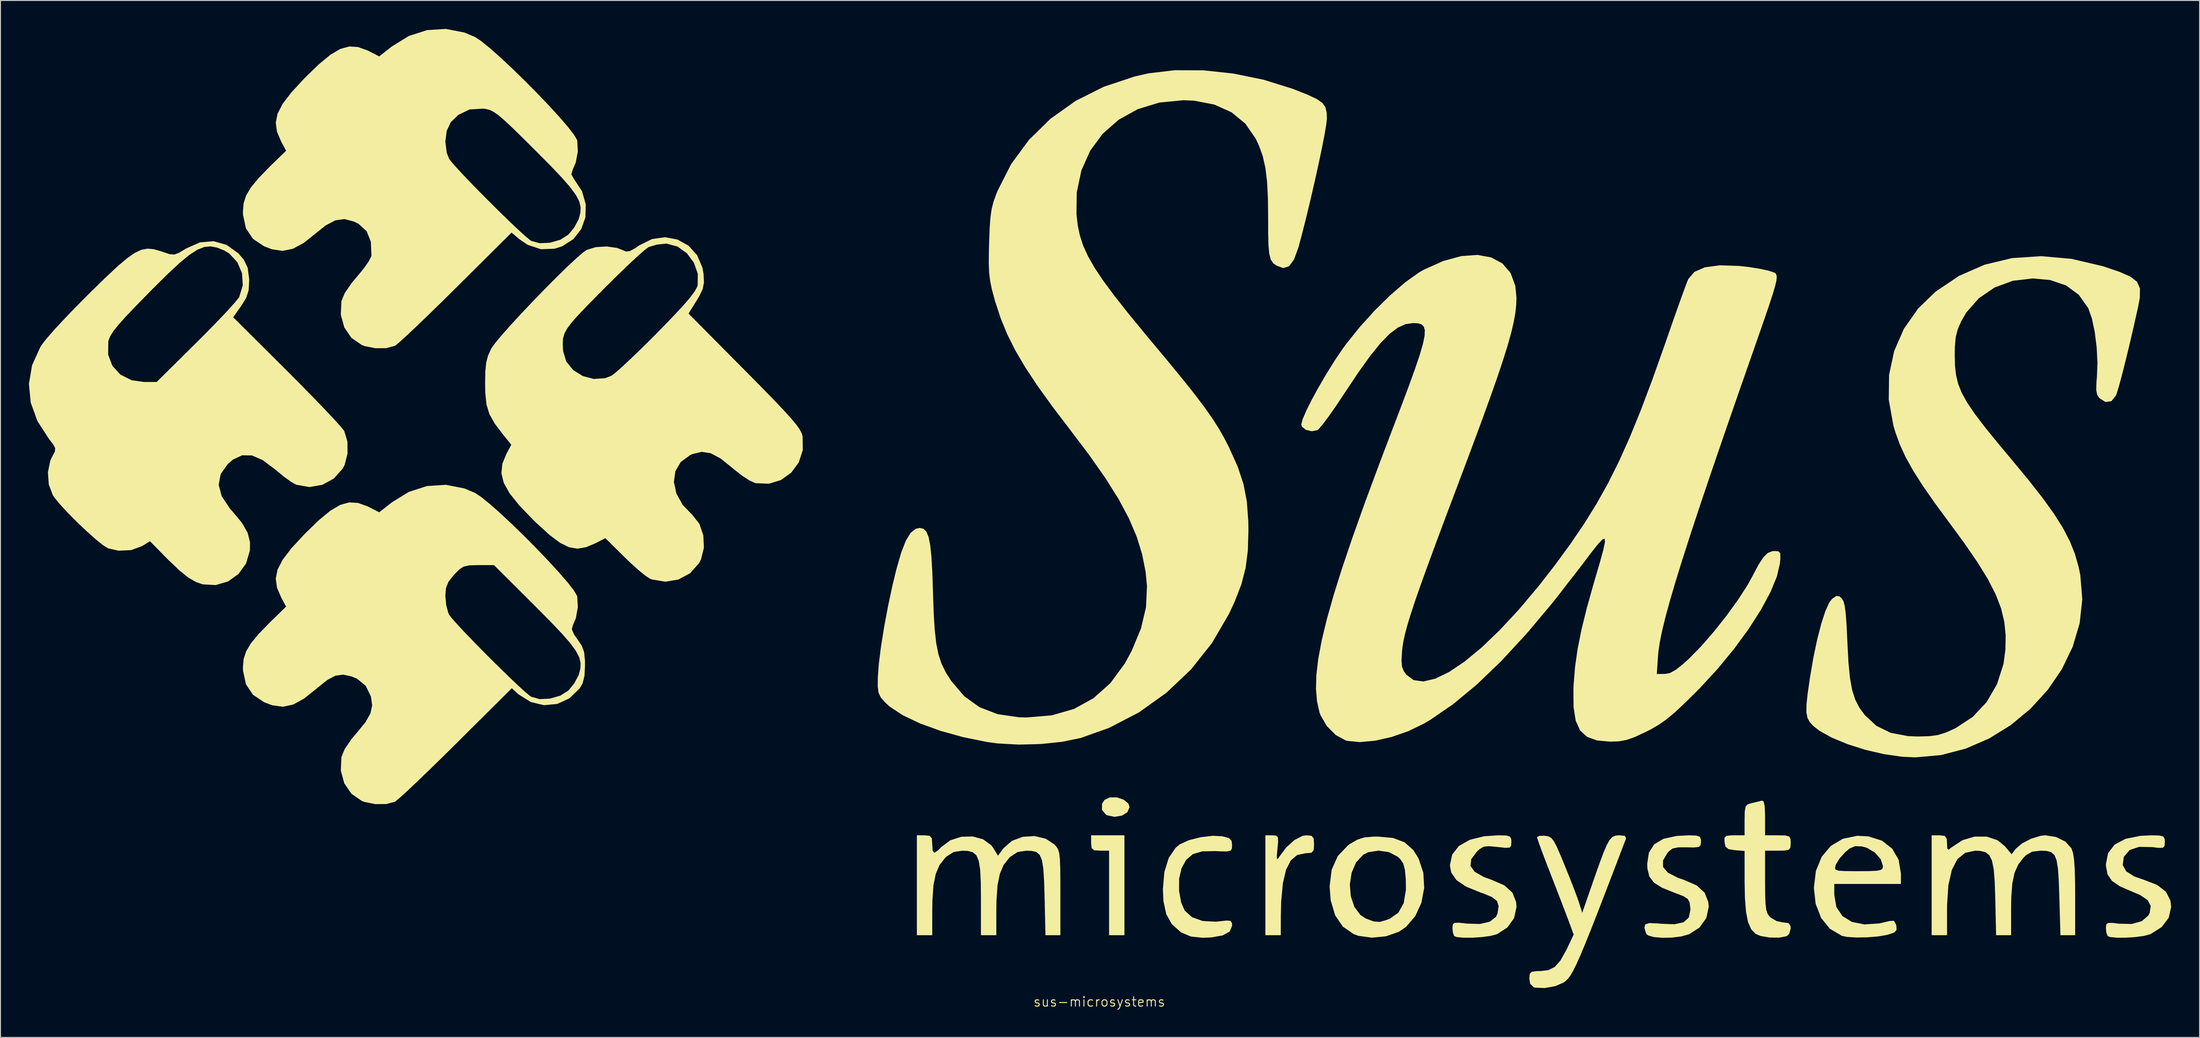
<source format=kicad_pcb>
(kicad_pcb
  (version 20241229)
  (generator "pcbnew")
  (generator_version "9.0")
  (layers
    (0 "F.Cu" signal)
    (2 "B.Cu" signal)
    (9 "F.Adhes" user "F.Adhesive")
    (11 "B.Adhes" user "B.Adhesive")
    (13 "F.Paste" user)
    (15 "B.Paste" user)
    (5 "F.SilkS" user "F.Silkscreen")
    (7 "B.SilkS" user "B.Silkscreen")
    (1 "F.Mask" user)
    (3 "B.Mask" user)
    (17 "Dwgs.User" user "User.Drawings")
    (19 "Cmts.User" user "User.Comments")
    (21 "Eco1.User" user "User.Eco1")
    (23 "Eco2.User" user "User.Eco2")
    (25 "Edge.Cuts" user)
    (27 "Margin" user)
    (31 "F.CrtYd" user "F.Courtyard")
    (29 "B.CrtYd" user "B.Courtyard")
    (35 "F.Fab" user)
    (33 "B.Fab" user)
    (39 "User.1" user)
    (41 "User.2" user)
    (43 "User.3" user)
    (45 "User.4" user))
  (footprint "sus-microsystems"
    (layer "F.Cu")
    (at 112.867 103.137)
    (property "Reference" "sus-microsystems" (at 0 -0.5 0) (unlocked yes) (layer "F.SilkS") (effects (font (size 1 1) (thickness 0.1))))
    (attr smd)
    (fp_poly (pts (xy 1.86 -22.059) (xy 2.572 -21.82) (xy 3.069 -21.403) (xy 3.189 -21.034) (xy 2.955 -20.494) (xy 2.369 -20.134) (xy 1.603 -20.009) (xy 0.83 -20.173) (xy 0.69 -20.245) (xy 0.28 -20.747) (xy 0.287 -21.39) (xy 0.541 -21.791) (xy 1.12 -22.067)) (stroke (width 0) (type solid)) (fill yes) (layer "F.SilkS"))
    (fp_poly (pts (xy 2.649 -12.793) (xy 2.649 -7.523) (xy 1.838 -7.523) (xy 1.028 -7.523) (xy 1.028 -11.982) (xy 1.028 -16.44) (xy 0.082 -16.44) (xy -0.553 -16.486) (xy -0.814 -16.715) (xy -0.864 -17.251) (xy -0.864 -18.062) (xy 0.893 -18.062) (xy 2.649 -18.062)) (stroke (width 0) (type solid)) (fill yes) (layer "F.SilkS"))
    (fp_poly (pts (xy 18.635 -18.034) (xy 18.827 -17.861) (xy 18.855 -17.408) (xy 18.783 -16.643) (xy 18.713 -15.86) (xy 18.738 -15.546) (xy 18.87 -15.636) (xy 18.948 -15.758) (xy 19.71 -16.783) (xy 20.581 -17.566) (xy 21.435 -18.004) (xy 21.807 -18.062) (xy 22.369 -18.012) (xy 22.6 -17.752) (xy 22.645 -17.117) (xy 22.645 -17.116) (xy 22.602 -16.482) (xy 22.369 -16.222) (xy 21.788 -16.17) (xy 21.746 -16.17) (xy 20.874 -15.986) (xy 20.193 -15.416) (xy 19.69 -14.429) (xy 19.355 -12.998) (xy 19.176 -11.093) (xy 19.137 -9.482) (xy 19.132 -7.523) (xy 18.321 -7.523) (xy 17.511 -7.523) (xy 17.511 -12.793) (xy 17.511 -18.062) (xy 18.224 -18.062)) (stroke (width 0) (type solid)) (fill yes) (layer "F.SilkS"))
    (fp_poly (pts (xy 12.987 -17.957) (xy 13.659 -17.775) (xy 13.945 -17.481) (xy 13.998 -17.036) (xy 13.978 -16.646) (xy 13.834 -16.435) (xy 13.446 -16.359) (xy 12.691 -16.373) (xy 12.231 -16.396) (xy 10.849 -16.367) (xy 9.86 -16.076) (xy 9.157 -15.47) (xy 8.675 -14.597) (xy 8.417 -13.496) (xy 8.408 -12.208) (xy 8.63 -10.973) (xy 8.999 -10.128) (xy 9.767 -9.426) (xy 10.898 -9.021) (xy 12.285 -8.948) (xy 12.677 -8.988) (xy 13.462 -9.075) (xy 13.852 -9.029) (xy 13.985 -8.799) (xy 13.998 -8.505) (xy 13.746 -7.908) (xy 13.002 -7.5) (xy 11.782 -7.286) (xy 10.89 -7.253) (xy 9.653 -7.38) (xy 8.665 -7.802) (xy 8.566 -7.867) (xy 7.652 -8.679) (xy 7.065 -9.724) (xy 6.764 -11.097) (xy 6.703 -12.369) (xy 6.859 -14.19) (xy 7.317 -15.671) (xy 8.053 -16.755) (xy 8.49 -17.112) (xy 9.447 -17.547) (xy 10.692 -17.862) (xy 11.973 -18.01)) (stroke (width 0) (type solid)) (fill yes) (layer "F.SilkS"))
    (fp_poly (pts (xy 30.979 -17.782) (xy 32.197 -17.318) (xy 33.121 -16.489) (xy 33.656 -15.634) (xy 34.165 -14.116) (xy 34.257 -12.516) (xy 33.965 -10.951) (xy 33.319 -9.542) (xy 32.351 -8.406) (xy 31.583 -7.881) (xy 30.236 -7.408) (xy 28.738 -7.263) (xy 27.323 -7.457) (xy 26.833 -7.632) (xy 25.681 -8.425) (xy 24.864 -9.626) (xy 24.397 -11.209) (xy 24.284 -12.657) (xy 24.31 -12.873) (xy 26.417 -12.873) (xy 26.516 -11.631) (xy 26.892 -10.511) (xy 27.541 -9.645) (xy 28.106 -9.282) (xy 28.925 -8.974) (xy 29.556 -8.922) (xy 30.279 -9.127) (xy 30.634 -9.27) (xy 31.532 -9.899) (xy 32.095 -10.907) (xy 32.331 -12.318) (xy 32.317 -13.427) (xy 32.22 -14.437) (xy 32.046 -15.086) (xy 31.729 -15.551) (xy 31.464 -15.801) (xy 30.55 -16.282) (xy 29.439 -16.446) (xy 28.364 -16.281) (xy 27.837 -16.019) (xy 27.072 -15.199) (xy 26.601 -14.106) (xy 26.417 -12.873) (xy 24.31 -12.873) (xy 24.496 -14.42) (xy 25.142 -15.871) (xy 26.217 -16.999) (xy 26.454 -17.166) (xy 27.217 -17.606) (xy 27.952 -17.838) (xy 28.895 -17.921) (xy 29.38 -17.927)) (stroke (width 0) (type solid)) (fill yes) (layer "F.SilkS"))
    (fp_poly (pts (xy 111.763 -18.043) (xy 112.184 -17.943) (xy 112.336 -17.693) (xy 112.355 -17.351) (xy 112.326 -16.933) (xy 112.144 -16.747) (xy 111.672 -16.739) (xy 111.035 -16.816) (xy 109.65 -16.846) (xy 108.656 -16.518) (xy 108.063 -15.836) (xy 108.02 -15.733) (xy 107.913 -14.922) (xy 108.283 -14.256) (xy 109.151 -13.712) (xy 110.127 -13.373) (xy 111.543 -12.828) (xy 112.47 -12.108) (xy 112.941 -11.182) (xy 113.019 -10.496) (xy 112.762 -9.359) (xy 112.027 -8.387) (xy 110.87 -7.649) (xy 110.81 -7.624) (xy 110.16 -7.45) (xy 109.245 -7.326) (xy 108.233 -7.26) (xy 107.293 -7.258) (xy 106.591 -7.328) (xy 106.321 -7.433) (xy 106.18 -7.818) (xy 106.14 -8.269) (xy 106.173 -8.65) (xy 106.363 -8.818) (xy 106.845 -8.82) (xy 107.505 -8.738) (xy 108.855 -8.707) (xy 109.916 -9.001) (xy 110.61 -9.593) (xy 110.757 -9.88) (xy 110.866 -10.606) (xy 110.552 -11.211) (xy 109.773 -11.748) (xy 108.911 -12.117) (xy 107.613 -12.678) (xy 106.772 -13.259) (xy 106.309 -13.942) (xy 106.145 -14.812) (xy 106.14 -15.014) (xy 106.371 -16.187) (xy 107.06 -17.08) (xy 108.202 -17.688) (xy 109.791 -18.008) (xy 110.937 -18.06)) (stroke (width 0) (type solid)) (fill yes) (layer "F.SilkS"))
    (fp_poly (pts (xy 62.94 -18.036) (xy 63.318 -17.912) (xy 63.439 -17.617) (xy 63.447 -17.402) (xy 63.41 -17.028) (xy 63.213 -16.837) (xy 62.723 -16.779) (xy 61.938 -16.794) (xy 61.018 -16.791) (xy 60.449 -16.666) (xy 60.048 -16.367) (xy 59.911 -16.208) (xy 59.437 -15.401) (xy 59.445 -14.714) (xy 59.952 -14.121) (xy 60.974 -13.594) (xy 61.665 -13.353) (xy 62.989 -12.774) (xy 63.829 -12.006) (xy 64.219 -11.009) (xy 64.257 -10.496) (xy 64.002 -9.33) (xy 63.292 -8.337) (xy 62.206 -7.631) (xy 62.194 -7.626) (xy 61.372 -7.394) (xy 60.373 -7.269) (xy 59.349 -7.248) (xy 58.455 -7.329) (xy 57.841 -7.512) (xy 57.666 -7.681) (xy 57.478 -8.308) (xy 57.564 -8.665) (xy 58.002 -8.801) (xy 58.868 -8.768) (xy 59.258 -8.729) (xy 60.656 -8.678) (xy 61.608 -8.888) (xy 62.152 -9.38) (xy 62.325 -10.176) (xy 62.314 -10.444) (xy 62.236 -11.002) (xy 62.034 -11.363) (xy 61.584 -11.644) (xy 60.759 -11.962) (xy 60.633 -12.007) (xy 59.332 -12.533) (xy 58.481 -13.071) (xy 57.997 -13.711) (xy 57.794 -14.543) (xy 57.772 -15.069) (xy 57.954 -16.247) (xy 58.516 -17.116) (xy 59.487 -17.693) (xy 60.896 -17.998) (xy 62.163 -18.06)) (stroke (width 0) (type solid)) (fill yes) (layer "F.SilkS"))
    (fp_poly (pts (xy 70.053 -21.622) (xy 70.161 -21.127) (xy 70.201 -20.174) (xy 70.202 -19.945) (xy 70.202 -18.062) (xy 71.553 -18.062) (xy 72.353 -18.044) (xy 72.752 -17.935) (xy 72.889 -17.651) (xy 72.904 -17.251) (xy 72.875 -16.771) (xy 72.693 -16.532) (xy 72.22 -16.45) (xy 71.553 -16.44) (xy 70.202 -16.44) (xy 70.202 -13.198) (xy 70.211 -11.797) (xy 70.249 -10.83) (xy 70.329 -10.192) (xy 70.469 -9.776) (xy 70.682 -9.478) (xy 70.743 -9.415) (xy 71.424 -9.008) (xy 72.094 -8.874) (xy 72.675 -8.8) (xy 72.887 -8.491) (xy 72.904 -8.228) (xy 72.745 -7.664) (xy 72.477 -7.417) (xy 71.67 -7.265) (xy 70.674 -7.278) (xy 69.741 -7.436) (xy 69.192 -7.666) (xy 68.736 -8.146) (xy 68.408 -8.896) (xy 68.192 -9.985) (xy 68.074 -11.48) (xy 68.042 -13.249) (xy 68.04 -16.408) (xy 67.027 -16.492) (xy 66.345 -16.603) (xy 66.032 -16.869) (xy 65.928 -17.319) (xy 65.916 -17.792) (xy 66.118 -18.004) (xy 66.677 -18.06) (xy 66.942 -18.062) (xy 68.04 -18.062) (xy 68.04 -19.678) (xy 68.056 -20.58) (xy 68.144 -21.082) (xy 68.361 -21.326) (xy 68.767 -21.453) (xy 68.784 -21.457) (xy 69.456 -21.614) (xy 69.864 -21.724)) (stroke (width 0) (type solid)) (fill yes) (layer "F.SilkS"))
    (fp_poly (pts (xy 42.891 -18.041) (xy 43.296 -17.933) (xy 43.436 -17.666) (xy 43.451 -17.355) (xy 43.426 -16.955) (xy 43.263 -16.765) (xy 42.83 -16.739) (xy 41.997 -16.83) (xy 41.971 -16.833) (xy 41.084 -16.917) (xy 40.526 -16.856) (xy 40.097 -16.605) (xy 39.81 -16.336) (xy 39.217 -15.539) (xy 39.138 -14.836) (xy 39.58 -14.214) (xy 40.55 -13.661) (xy 41.399 -13.353) (xy 42.723 -12.774) (xy 43.563 -12.006) (xy 43.953 -11.009) (xy 43.991 -10.496) (xy 43.737 -9.33) (xy 43.026 -8.337) (xy 41.94 -7.631) (xy 41.928 -7.626) (xy 41.268 -7.451) (xy 40.347 -7.326) (xy 39.332 -7.26) (xy 38.389 -7.258) (xy 37.686 -7.328) (xy 37.416 -7.433) (xy 37.277 -7.818) (xy 37.236 -8.275) (xy 37.265 -8.646) (xy 37.437 -8.822) (xy 37.882 -8.843) (xy 38.732 -8.75) (xy 38.747 -8.748) (xy 40.137 -8.706) (xy 41.184 -8.954) (xy 41.833 -9.473) (xy 41.992 -9.833) (xy 42.104 -10.589) (xy 41.934 -11.129) (xy 41.405 -11.549) (xy 40.437 -11.946) (xy 40.209 -12.023) (xy 38.685 -12.641) (xy 37.663 -13.333) (xy 37.105 -14.134) (xy 36.966 -14.902) (xy 37.21 -16.033) (xy 37.918 -16.935) (xy 39.059 -17.586) (xy 40.598 -17.966) (xy 42.085 -18.062)) (stroke (width 0) (type solid)) (fill yes) (layer "F.SilkS"))
    (fp_poly (pts (xy 81.1 -17.948) (xy 82.524 -17.497) (xy 83.601 -16.656) (xy 84.284 -15.48) (xy 84.523 -14.026) (xy 84.523 -14.022) (xy 84.523 -12.928) (xy 81.011 -12.928) (xy 77.498 -12.928) (xy 77.498 -11.772) (xy 77.718 -10.503) (xy 78.348 -9.548) (xy 79.345 -8.927) (xy 80.666 -8.661) (xy 82.266 -8.769) (xy 83.339 -9.022) (xy 83.792 -9.04) (xy 84.01 -8.656) (xy 84.041 -8.513) (xy 84.063 -8.077) (xy 83.832 -7.811) (xy 83.223 -7.6) (xy 83.011 -7.545) (xy 82.094 -7.389) (xy 80.965 -7.3) (xy 79.818 -7.282) (xy 78.848 -7.339) (xy 78.309 -7.448) (xy 77.042 -8.198) (xy 76.106 -9.346) (xy 75.532 -10.839) (xy 75.348 -12.522) (xy 75.562 -14.313) (xy 75.683 -14.606) (xy 77.576 -14.606) (xy 77.653 -14.428) (xy 77.961 -14.331) (xy 78.595 -14.289) (xy 79.647 -14.279) (xy 80.047 -14.279) (xy 81.246 -14.287) (xy 82.005 -14.326) (xy 82.422 -14.416) (xy 82.598 -14.577) (xy 82.632 -14.804) (xy 82.392 -15.545) (xy 81.778 -16.24) (xy 80.943 -16.743) (xy 80.44 -16.884) (xy 79.711 -16.92) (xy 79.134 -16.682) (xy 78.637 -16.267) (xy 78.064 -15.627) (xy 77.681 -15.008) (xy 77.636 -14.887) (xy 77.576 -14.606) (xy 75.683 -14.606) (xy 76.173 -15.801) (xy 77.133 -16.943) (xy 78.396 -17.694) (xy 79.912 -18.01)) (stroke (width 0) (type solid)) (fill yes) (layer "F.SilkS"))
    (fp_poly (pts (xy 55.4 -18.007) (xy 55.543 -17.79) (xy 55.488 -17.589) (xy 54.316 -14.518) (xy 53.317 -11.913) (xy 52.473 -9.732) (xy 51.767 -7.935) (xy 51.182 -6.483) (xy 50.699 -5.333) (xy 50.301 -4.447) (xy 49.971 -3.782) (xy 49.691 -3.3) (xy 49.443 -2.959) (xy 49.211 -2.719) (xy 48.975 -2.54) (xy 48.946 -2.52) (xy 48.05 -2.141) (xy 46.953 -1.948) (xy 45.957 -1.988) (xy 45.815 -2.022) (xy 45.429 -2.399) (xy 45.343 -2.95) (xy 45.382 -3.443) (xy 45.6 -3.672) (xy 46.145 -3.737) (xy 46.511 -3.74) (xy 47.36 -3.837) (xy 48.034 -4.184) (xy 48.631 -4.865) (xy 49.247 -5.966) (xy 49.396 -6.275) (xy 50.019 -7.594) (xy 49.456 -9.112) (xy 49.142 -9.946) (xy 48.688 -11.133) (xy 48.152 -12.521) (xy 47.592 -13.961) (xy 47.524 -14.135) (xy 47.027 -15.421) (xy 46.611 -16.529) (xy 46.31 -17.36) (xy 46.163 -17.818) (xy 46.153 -17.868) (xy 46.386 -18.002) (xy 46.952 -18.015) (xy 46.991 -18.011) (xy 47.359 -17.947) (xy 47.656 -17.78) (xy 47.938 -17.426) (xy 48.265 -16.796) (xy 48.695 -15.805) (xy 49.045 -14.954) (xy 49.562 -13.67) (xy 50.033 -12.464) (xy 50.401 -11.482) (xy 50.591 -10.935) (xy 50.921 -9.889) (xy 52.083 -13.232) (xy 52.675 -14.917) (xy 53.134 -16.158) (xy 53.499 -17.021) (xy 53.809 -17.576) (xy 54.103 -17.889) (xy 54.418 -18.028) (xy 54.794 -18.062) (xy 54.836 -18.062)) (stroke (width 0) (type solid)) (fill yes) (layer "F.SilkS"))
    (fp_poly (pts (xy 89.141 -18) (xy 89.357 -17.701) (xy 89.387 -17.209) (xy 89.413 -16.647) (xy 89.552 -16.545) (xy 89.87 -16.794) (xy 91.019 -17.548) (xy 92.298 -17.926) (xy 93.574 -17.924) (xy 94.717 -17.54) (xy 95.482 -16.913) (xy 96.196 -16.065) (xy 96.642 -16.648) (xy 97.303 -17.212) (xy 98.258 -17.704) (xy 99.262 -18.012) (xy 99.741 -18.062) (xy 100.895 -17.879) (xy 101.876 -17.39) (xy 102.501 -16.695) (xy 102.667 -16.219) (xy 102.783 -15.487) (xy 102.856 -14.42) (xy 102.892 -12.943) (xy 102.898 -11.725) (xy 102.898 -7.523) (xy 102.121 -7.523) (xy 101.343 -7.523) (xy 101.229 -11.551) (xy 101.169 -13.288) (xy 101.081 -14.557) (xy 100.938 -15.431) (xy 100.709 -15.984) (xy 100.365 -16.287) (xy 99.877 -16.415) (xy 99.267 -16.44) (xy 98.37 -16.338) (xy 97.709 -15.956) (xy 97.446 -15.697) (xy 96.887 -14.963) (xy 96.505 -14.098) (xy 96.272 -12.994) (xy 96.161 -11.539) (xy 96.143 -10.32) (xy 96.143 -7.523) (xy 95.352 -7.523) (xy 94.561 -7.523) (xy 94.474 -11.414) (xy 94.414 -13.189) (xy 94.308 -14.494) (xy 94.125 -15.399) (xy 93.836 -15.976) (xy 93.412 -16.294) (xy 92.823 -16.424) (xy 92.365 -16.44) (xy 91.305 -16.218) (xy 90.483 -15.545) (xy 89.893 -14.411) (xy 89.53 -12.804) (xy 89.39 -10.713) (xy 89.387 -10.369) (xy 89.387 -7.523) (xy 88.577 -7.523) (xy 87.766 -7.523) (xy 87.766 -12.793) (xy 87.766 -18.062) (xy 88.577 -18.062)) (stroke (width 0) (type solid)) (fill yes) (layer "F.SilkS"))
    (fp_poly (pts (xy -17.883 -18.009) (xy -17.66 -17.742) (xy -17.617 -17.116) (xy -17.571 -16.422) (xy -17.387 -16.22) (xy -16.995 -16.488) (xy -16.666 -16.825) (xy -15.705 -17.537) (xy -14.555 -17.908) (xy -13.357 -17.94) (xy -12.254 -17.638) (xy -11.388 -17.004) (xy -11.166 -16.701) (xy -10.685 -15.911) (xy -10.098 -16.705) (xy -9.222 -17.471) (xy -8.08 -17.901) (xy -6.834 -17.983) (xy -5.651 -17.704) (xy -4.752 -17.11) (xy -4.514 -16.852) (xy -4.343 -16.568) (xy -4.228 -16.171) (xy -4.158 -15.573) (xy -4.122 -14.685) (xy -4.108 -13.42) (xy -4.106 -11.994) (xy -4.106 -7.523) (xy -4.892 -7.523) (xy -5.678 -7.523) (xy -5.77 -11.536) (xy -5.823 -13.277) (xy -5.906 -14.55) (xy -6.048 -15.428) (xy -6.277 -15.983) (xy -6.622 -16.289) (xy -7.11 -16.417) (xy -7.673 -16.44) (xy -8.61 -16.302) (xy -9.374 -15.803) (xy -9.506 -15.676) (xy -10.087 -14.934) (xy -10.488 -14.001) (xy -10.733 -12.781) (xy -10.846 -11.175) (xy -10.86 -10.158) (xy -10.862 -7.523) (xy -11.672 -7.523) (xy -12.483 -7.523) (xy -12.483 -11.381) (xy -12.5 -13.159) (xy -12.568 -14.467) (xy -12.716 -15.377) (xy -12.968 -15.958) (xy -13.353 -16.282) (xy -13.897 -16.418) (xy -14.411 -16.44) (xy -15.348 -16.309) (xy -16.103 -15.828) (xy -16.261 -15.676) (xy -16.842 -14.934) (xy -17.244 -14.001) (xy -17.489 -12.781) (xy -17.601 -11.175) (xy -17.616 -10.158) (xy -17.617 -7.523) (xy -18.428 -7.523) (xy -19.238 -7.523) (xy -19.238 -12.793) (xy -19.238 -18.062) (xy -18.428 -18.062)) (stroke (width 0) (type solid)) (fill yes) (layer "F.SilkS"))
    (fp_poly (pts (xy -92.019 -80.351) (xy -90.783 -79.458) (xy -90.208 -78.791) (xy -89.802 -77.948) (xy -89.647 -76.784) (xy -89.643 -76.585) (xy -89.699 -75.565) (xy -89.954 -74.765) (xy -90.477 -73.918) (xy -91.325 -72.715) (xy -85.662 -67.073) (xy -84.206 -65.61) (xy -82.862 -64.239) (xy -81.683 -63.014) (xy -80.72 -61.989) (xy -80.025 -61.22) (xy -79.65 -60.761) (xy -79.613 -60.701) (xy -79.282 -59.597) (xy -79.274 -58.321) (xy -79.58 -57.127) (xy -79.764 -56.767) (xy -80.703 -55.71) (xy -81.923 -55.04) (xy -83.291 -54.803) (xy -84.674 -55.047) (xy -84.706 -55.058) (xy -85.227 -55.356) (xy -85.988 -55.906) (xy -86.829 -56.594) (xy -86.893 -56.65) (xy -88.204 -57.638) (xy -89.351 -58.138) (xy -90.385 -58.155) (xy -91.358 -57.695) (xy -91.905 -57.222) (xy -92.649 -56.171) (xy -92.86 -55.041) (xy -92.536 -53.831) (xy -91.678 -52.542) (xy -91.42 -52.25) (xy -90.408 -51.032) (xy -89.803 -49.976) (xy -89.553 -48.961) (xy -89.569 -48.115) (xy -89.968 -46.745) (xy -90.767 -45.632) (xy -91.867 -44.847) (xy -93.169 -44.461) (xy -94.529 -44.536) (xy -95.28 -44.794) (xy -96.069 -45.258) (xy -96.984 -45.994) (xy -98.117 -47.07) (xy -98.513 -47.469) (xy -100.101 -49.086) (xy -100.945 -48.572) (xy -102.088 -48.151) (xy -103.41 -48.088) (xy -104.516 -48.335) (xy -105.035 -48.655) (xy -105.815 -49.283) (xy -106.759 -50.123) (xy -107.767 -51.08) (xy -108.74 -52.058) (xy -109.579 -52.964) (xy -110.185 -53.702) (xy -110.342 -53.932) (xy -110.773 -55.069) (xy -110.864 -56.373) (xy -110.609 -57.604) (xy -110.405 -58.032) (xy -110.133 -58.538) (xy -110.098 -58.909) (xy -110.336 -59.344) (xy -110.746 -59.868) (xy -111.97 -61.758) (xy -112.678 -63.714) (xy -112.867 -65.693) (xy -112.533 -67.655) (xy -112.031 -68.766) (xy -104.513 -68.766) (xy -104.062 -67.584) (xy -103.215 -66.661) (xy -102.037 -66.072) (xy -100.755 -65.889) (xy -99.396 -65.889) (xy -95.234 -70.01) (xy -93.981 -71.266) (xy -92.843 -72.437) (xy -91.883 -73.456) (xy -91.163 -74.255) (xy -90.747 -74.766) (xy -90.688 -74.861) (xy -90.316 -76.095) (xy -90.4 -77.365) (xy -90.895 -78.53) (xy -91.756 -79.452) (xy -92.272 -79.759) (xy -93.011 -80.061) (xy -93.694 -80.195) (xy -94.376 -80.131) (xy -95.118 -79.836) (xy -95.978 -79.276) (xy -97.012 -78.419) (xy -98.28 -77.234) (xy -99.84 -75.686) (xy -100.212 -75.31) (xy -101.613 -73.878) (xy -102.673 -72.763) (xy -103.44 -71.907) (xy -103.961 -71.252) (xy -104.284 -70.74) (xy -104.458 -70.313) (xy -104.5 -70.134) (xy -104.513 -68.766) (xy -112.031 -68.766) (xy -111.674 -69.555) (xy -111.519 -69.803) (xy -111.063 -70.397) (xy -110.29 -71.287) (xy -109.269 -72.395) (xy -108.074 -73.645) (xy -106.776 -74.958) (xy -106.338 -75.392) (xy -104.772 -76.919) (xy -103.517 -78.092) (xy -102.51 -78.947) (xy -101.686 -79.52) (xy -100.984 -79.844) (xy -100.337 -79.956) (xy -99.683 -79.891) (xy -98.959 -79.683) (xy -98.724 -79.601) (xy -98.024 -79.371) (xy -97.532 -79.334) (xy -97.027 -79.525) (xy -96.303 -79.964) (xy -94.841 -80.615) (xy -93.393 -80.74)) (stroke (width 0) (type solid)) (fill yes) (layer "F.SilkS"))
    (fp_poly (pts (xy -66.96 -102.759) (xy -65.845 -102.291) (xy -65.18 -101.853) (xy -64.259 -101.107) (xy -63.144 -100.12) (xy -61.901 -98.957) (xy -60.596 -97.685) (xy -59.292 -96.368) (xy -58.054 -95.073) (xy -56.948 -93.864) (xy -56.039 -92.809) (xy -55.39 -91.972) (xy -55.068 -91.419) (xy -55.05 -91.357) (xy -54.989 -90.203) (xy -55.212 -89.01) (xy -55.537 -88.273) (xy -55.669 -87.778) (xy -55.4 -87.319) (xy -54.546 -86.009) (xy -54.15 -84.626) (xy -54.186 -83.262) (xy -54.629 -82.01) (xy -55.453 -80.961) (xy -56.633 -80.207) (xy -57.44 -79.948) (xy -58.872 -79.892) (xy -60.262 -80.349) (xy -61.135 -80.939) (xy -61.977 -81.647) (xy -67.831 -75.824) (xy -69.316 -74.356) (xy -70.701 -73.005) (xy -71.933 -71.819) (xy -72.961 -70.849) (xy -73.733 -70.145) (xy -74.195 -69.755) (xy -74.276 -69.701) (xy -75.195 -69.457) (xy -76.342 -69.45) (xy -77.465 -69.674) (xy -77.762 -69.786) (xy -78.861 -70.541) (xy -79.616 -71.646) (xy -79.979 -72.996) (xy -79.918 -74.406) (xy -79.568 -75.264) (xy -78.819 -76.352) (xy -78.267 -77.007) (xy -77.571 -77.849) (xy -77.04 -78.608) (xy -76.768 -79.147) (xy -76.752 -79.231) (xy -76.813 -80.69) (xy -77.255 -81.787) (xy -78.1 -82.565) (xy -78.599 -82.816) (xy -79.593 -83.072) (xy -80.55 -82.945) (xy -81.578 -82.403) (xy -82.535 -81.638) (xy -83.872 -80.57) (xy -85.036 -79.94) (xy -86.128 -79.722) (xy -87.252 -79.889) (xy -88.069 -80.201) (xy -89.244 -80.989) (xy -89.983 -82.092) (xy -90.292 -83.521) (xy -90.303 -83.886) (xy -90.227 -84.756) (xy -89.96 -85.575) (xy -89.445 -86.433) (xy -88.624 -87.424) (xy -87.441 -88.64) (xy -87.248 -88.828) (xy -85.751 -90.285) (xy -86.26 -91.236) (xy -68.957 -91.236) (xy -68.812 -90.079) (xy -68.571 -89.452) (xy -68.264 -89.046) (xy -67.638 -88.343) (xy -66.768 -87.415) (xy -65.726 -86.337) (xy -64.586 -85.182) (xy -63.423 -84.025) (xy -62.308 -82.938) (xy -61.318 -81.995) (xy -60.524 -81.271) (xy -60 -80.839) (xy -59.905 -80.776) (xy -59.017 -80.528) (xy -57.921 -80.579) (xy -56.837 -80.893) (xy -55.982 -81.432) (xy -55.981 -81.433) (xy -55.368 -82.187) (xy -54.915 -83.03) (xy -54.88 -83.127) (xy -54.718 -83.751) (xy -54.693 -84.338) (xy -54.843 -84.946) (xy -55.203 -85.634) (xy -55.811 -86.46) (xy -56.705 -87.481) (xy -57.92 -88.756) (xy -59.458 -90.305) (xy -60.859 -91.698) (xy -61.94 -92.754) (xy -62.763 -93.523) (xy -63.387 -94.052) (xy -63.873 -94.39) (xy -64.28 -94.585) (xy -64.669 -94.686) (xy -64.959 -94.726) (xy -66.383 -94.643) (xy -67.609 -94.057) (xy -68.393 -93.285) (xy -68.814 -92.381) (xy -68.957 -91.236) (xy -86.26 -91.236) (xy -86.271 -91.256) (xy -86.706 -92.273) (xy -86.842 -93.227) (xy -86.651 -94.193) (xy -86.105 -95.245) (xy -85.176 -96.458) (xy -83.837 -97.904) (xy -83.738 -98.006) (xy -82.291 -99.409) (xy -81.086 -100.403) (xy -80.048 -101.018) (xy -79.104 -101.282) (xy -78.181 -101.227) (xy -77.204 -100.882) (xy -76.959 -100.762) (xy -75.929 -100.237) (xy -74.61 -101.279) (xy -72.813 -102.388) (xy -70.887 -103.01) (xy -68.91 -103.137)) (stroke (width 0) (type solid)) (fill yes) (layer "F.SilkS"))
    (fp_poly (pts (xy 102.517 -78.877) (xy 105.836 -78.098) (xy 107.568 -77.509) (xy 108.725 -77.003) (xy 109.424 -76.46) (xy 109.731 -75.756) (xy 109.712 -74.767) (xy 109.538 -73.825) (xy 109.089 -71.814) (xy 108.641 -69.887) (xy 108.215 -68.126) (xy 107.83 -66.61) (xy 107.509 -65.423) (xy 107.269 -64.646) (xy 107.192 -64.448) (xy 106.713 -63.861) (xy 106.095 -63.778) (xy 105.461 -64.175) (xy 105.219 -64.527) (xy 105.119 -65.046) (xy 105.143 -65.879) (xy 105.19 -66.405) (xy 105.248 -67.893) (xy 105.166 -69.529) (xy 104.965 -71.144) (xy 104.667 -72.57) (xy 104.293 -73.637) (xy 104.269 -73.686) (xy 103.279 -75.084) (xy 101.944 -76.069) (xy 100.261 -76.644) (xy 98.439 -76.81) (xy 96.327 -76.566) (xy 94.407 -75.858) (xy 92.748 -74.729) (xy 91.422 -73.221) (xy 90.896 -72.318) (xy 90.521 -71.463) (xy 90.307 -70.639) (xy 90.213 -69.637) (xy 90.198 -68.696) (xy 90.226 -67.597) (xy 90.336 -66.615) (xy 90.562 -65.685) (xy 90.941 -64.74) (xy 91.509 -63.715) (xy 92.3 -62.543) (xy 93.353 -61.159) (xy 94.701 -59.496) (xy 96.106 -57.814) (xy 97.96 -55.573) (xy 99.47 -53.646) (xy 100.677 -51.968) (xy 101.618 -50.472) (xy 102.335 -49.092) (xy 102.867 -47.761) (xy 103.252 -46.414) (xy 103.438 -45.526) (xy 103.65 -42.959) (xy 103.367 -40.416) (xy 102.634 -37.945) (xy 101.498 -35.591) (xy 100.003 -33.4) (xy 98.194 -31.42) (xy 96.118 -29.695) (xy 93.819 -28.273) (xy 91.342 -27.2) (xy 88.734 -26.522) (xy 86.038 -26.285) (xy 84.659 -26.348) (xy 82.742 -26.623) (xy 80.787 -27.077) (xy 78.919 -27.669) (xy 77.259 -28.354) (xy 75.93 -29.091) (xy 75.27 -29.61) (xy 74.905 -30.011) (xy 74.67 -30.451) (xy 74.56 -31.026) (xy 74.567 -31.834) (xy 74.685 -32.971) (xy 74.909 -34.534) (xy 74.934 -34.7) (xy 75.296 -36.817) (xy 75.701 -38.741) (xy 76.129 -40.4) (xy 76.56 -41.72) (xy 76.973 -42.63) (xy 77.261 -43.001) (xy 77.725 -43.318) (xy 78.044 -43.273) (xy 78.286 -43.06) (xy 78.461 -42.776) (xy 78.598 -42.267) (xy 78.705 -41.457) (xy 78.793 -40.269) (xy 78.872 -38.627) (xy 78.882 -38.386) (xy 78.99 -36.318) (xy 79.147 -34.695) (xy 79.375 -33.42) (xy 79.697 -32.401) (xy 80.135 -31.541) (xy 80.713 -30.745) (xy 80.714 -30.744) (xy 81.946 -29.605) (xy 83.453 -28.872) (xy 85.29 -28.523) (xy 86.317 -28.486) (xy 87.537 -28.521) (xy 88.453 -28.647) (xy 89.303 -28.918) (xy 90.296 -29.372) (xy 92.091 -30.548) (xy 93.559 -32.114) (xy 94.657 -34.003) (xy 95.341 -36.144) (xy 95.543 -37.658) (xy 95.569 -39.157) (xy 95.427 -40.582) (xy 95.087 -42.001) (xy 94.518 -43.481) (xy 93.691 -45.093) (xy 92.576 -46.903) (xy 91.143 -48.98) (xy 89.718 -50.919) (xy 88.121 -53.088) (xy 86.838 -54.93) (xy 85.824 -56.52) (xy 85.034 -57.936) (xy 84.425 -59.255) (xy 83.952 -60.554) (xy 83.731 -61.295) (xy 83.243 -63.996) (xy 83.274 -66.629) (xy 83.811 -69.145) (xy 84.837 -71.497) (xy 86.337 -73.635) (xy 88.189 -75.426) (xy 90.662 -77.086) (xy 93.358 -78.264) (xy 96.251 -78.957) (xy 99.312 -79.162)) (stroke (width 0) (type solid)) (fill yes) (layer "F.SilkS"))
    (fp_poly (pts (xy -66.96 -54.661) (xy -65.845 -54.193) (xy -65.18 -53.755) (xy -64.259 -53.009) (xy -63.144 -52.022) (xy -61.901 -50.86) (xy -60.596 -49.587) (xy -59.292 -48.27) (xy -58.054 -46.975) (xy -56.948 -45.766) (xy -56.039 -44.711) (xy -55.39 -43.874) (xy -55.068 -43.321) (xy -55.05 -43.259) (xy -54.988 -42.132) (xy -55.195 -40.96) (xy -55.523 -40.197) (xy -55.618 -39.8) (xy -55.399 -39.269) (xy -55.016 -38.723) (xy -54.56 -38.042) (xy -54.323 -37.381) (xy -54.237 -36.514) (xy -54.231 -36.004) (xy -54.287 -34.879) (xy -54.484 -34.095) (xy -54.8 -33.551) (xy -55.879 -32.51) (xy -57.167 -31.92) (xy -58.56 -31.789) (xy -59.954 -32.125) (xy -61.247 -32.937) (xy -61.333 -33.013) (xy -61.951 -33.576) (xy -67.818 -27.739) (xy -69.304 -26.27) (xy -70.691 -24.917) (xy -71.925 -23.729) (xy -72.955 -22.757) (xy -73.728 -22.051) (xy -74.193 -21.659) (xy -74.276 -21.603) (xy -75.195 -21.359) (xy -76.342 -21.352) (xy -77.465 -21.576) (xy -77.762 -21.688) (xy -78.861 -22.444) (xy -79.616 -23.548) (xy -79.979 -24.898) (xy -79.918 -26.308) (xy -79.57 -27.163) (xy -78.833 -28.239) (xy -78.299 -28.873) (xy -77.381 -29.998) (xy -76.855 -30.925) (xy -76.675 -31.771) (xy -76.795 -32.656) (xy -76.815 -32.729) (xy -77.357 -33.84) (xy -78.269 -34.582) (xy -78.867 -34.83) (xy -79.742 -35.013) (xy -80.544 -34.902) (xy -81.403 -34.452) (xy -82.449 -33.616) (xy -82.51 -33.562) (xy -83.849 -32.49) (xy -85.01 -31.853) (xy -86.096 -31.625) (xy -87.209 -31.778) (xy -88.069 -32.103) (xy -89.244 -32.891) (xy -89.983 -33.994) (xy -90.292 -35.423) (xy -90.303 -35.788) (xy -90.227 -36.659) (xy -89.96 -37.477) (xy -89.445 -38.335) (xy -88.624 -39.326) (xy -87.441 -40.542) (xy -87.248 -40.73) (xy -85.751 -42.188) (xy -86.271 -43.158) (xy -86.339 -43.317) (xy -68.957 -43.317) (xy -68.871 -42.38) (xy -68.655 -41.544) (xy -68.571 -41.354) (xy -68.264 -40.949) (xy -67.638 -40.245) (xy -66.768 -39.317) (xy -65.726 -38.239) (xy -64.586 -37.084) (xy -63.423 -35.927) (xy -62.308 -34.84) (xy -61.318 -33.897) (xy -60.524 -33.173) (xy -60 -32.741) (xy -59.905 -32.678) (xy -59.017 -32.43) (xy -57.921 -32.482) (xy -56.837 -32.795) (xy -55.982 -33.334) (xy -55.981 -33.335) (xy -55.368 -34.089) (xy -54.915 -34.932) (xy -54.88 -35.029) (xy -54.719 -35.65) (xy -54.693 -36.235) (xy -54.84 -36.84) (xy -55.196 -37.525) (xy -55.8 -38.347) (xy -56.686 -39.362) (xy -57.893 -40.63) (xy -59.458 -42.208) (xy -59.496 -42.246) (xy -63.83 -46.569) (xy -65.469 -46.569) (xy -66.408 -46.545) (xy -67.016 -46.417) (xy -67.499 -46.104) (xy -68.032 -45.56) (xy -68.625 -44.817) (xy -68.896 -44.134) (xy -68.957 -43.317) (xy -86.339 -43.317) (xy -86.706 -44.175) (xy -86.842 -45.13) (xy -86.651 -46.095) (xy -86.105 -47.147) (xy -85.176 -48.36) (xy -83.837 -49.806) (xy -83.738 -49.908) (xy -82.291 -51.311) (xy -81.086 -52.305) (xy -80.048 -52.92) (xy -79.104 -53.184) (xy -78.181 -53.129) (xy -77.204 -52.784) (xy -76.959 -52.664) (xy -75.929 -52.139) (xy -74.61 -53.181) (xy -72.813 -54.29) (xy -70.887 -54.912) (xy -68.91 -55.039)) (stroke (width 0) (type solid)) (fill yes) (layer "F.SilkS"))
    (fp_poly (pts (xy -44.466 -80.91) (xy -43.311 -80.264) (xy -42.407 -79.261) (xy -41.845 -77.943) (xy -41.728 -77.25) (xy -41.69 -76.381) (xy -41.821 -75.692) (xy -42.184 -74.937) (xy -42.455 -74.487) (xy -43.315 -73.104) (xy -37.393 -67.132) (xy -35.692 -65.41) (xy -34.337 -64.021) (xy -33.29 -62.919) (xy -32.512 -62.061) (xy -31.961 -61.4) (xy -31.6 -60.892) (xy -31.389 -60.491) (xy -31.288 -60.153) (xy -31.288 -60.151) (xy -31.267 -58.706) (xy -31.691 -57.404) (xy -32.482 -56.326) (xy -33.56 -55.549) (xy -34.846 -55.152) (xy -36.259 -55.215) (xy -36.867 -55.484) (xy -37.698 -56.023) (xy -38.589 -56.725) (xy -38.738 -56.855) (xy -39.953 -57.828) (xy -40.982 -58.372) (xy -41.924 -58.516) (xy -42.877 -58.292) (xy -43.138 -58.177) (xy -44.131 -57.452) (xy -44.703 -56.478) (xy -44.859 -55.34) (xy -44.6 -54.126) (xy -43.931 -52.921) (xy -42.909 -51.858) (xy -42.17 -50.926) (xy -41.757 -49.718) (xy -41.693 -48.406) (xy -42.002 -47.161) (xy -42.205 -46.769) (xy -43.143 -45.716) (xy -44.368 -45.052) (xy -45.755 -44.817) (xy -47.176 -45.052) (xy -47.34 -45.113) (xy -47.811 -45.41) (xy -48.544 -46.001) (xy -49.423 -46.79) (xy -50.05 -47.394) (xy -52.084 -49.409) (xy -53.147 -48.867) (xy -54.134 -48.452) (xy -55.032 -48.304) (xy -55.921 -48.453) (xy -56.881 -48.931) (xy -57.992 -49.767) (xy -59.333 -50.992) (xy -59.731 -51.379) (xy -61.171 -52.876) (xy -62.185 -54.144) (xy -62.802 -55.25) (xy -63.047 -56.263) (xy -62.949 -57.251) (xy -62.533 -58.279) (xy -62.509 -58.326) (xy -62.004 -59.267) (xy -62.88 -60.349) (xy -63.755 -61.506) (xy -64.313 -62.499) (xy -64.622 -63.521) (xy -64.749 -64.764) (xy -64.766 -65.754) (xy -64.741 -67.036) (xy -64.647 -67.953) (xy -64.454 -68.679) (xy -64.13 -69.387) (xy -64.122 -69.402) (xy -63.756 -69.929) (xy -56.582 -69.929) (xy -56.547 -69.275) (xy -56.536 -69.132) (xy -56.205 -68.039) (xy -55.474 -67.145) (xy -54.467 -66.514) (xy -53.307 -66.207) (xy -52.116 -66.288) (xy -51.448 -66.543) (xy -51.044 -66.846) (xy -50.333 -67.474) (xy -49.38 -68.363) (xy -48.254 -69.45) (xy -47.023 -70.671) (xy -46.628 -71.069) (xy -45.128 -72.608) (xy -43.99 -73.824) (xy -43.179 -74.758) (xy -42.658 -75.454) (xy -42.391 -75.953) (xy -42.351 -76.089) (xy -42.337 -77.307) (xy -42.748 -78.473) (xy -43.492 -79.469) (xy -44.477 -80.177) (xy -45.613 -80.478) (xy -45.742 -80.481) (xy -46.653 -80.382) (xy -47.466 -80.141) (xy -47.557 -80.097) (xy -47.959 -79.795) (xy -48.672 -79.168) (xy -49.626 -78.28) (xy -50.754 -77.193) (xy -51.989 -75.971) (xy -52.407 -75.551) (xy -53.789 -74.151) (xy -54.835 -73.066) (xy -55.589 -72.225) (xy -56.096 -71.56) (xy -56.401 -71.002) (xy -56.548 -70.482) (xy -56.582 -69.929) (xy -63.756 -69.929) (xy -63.746 -69.943) (xy -63.055 -70.778) (xy -62.117 -71.838) (xy -61.001 -73.051) (xy -59.777 -74.346) (xy -58.512 -75.652) (xy -57.275 -76.898) (xy -56.136 -78.012) (xy -55.162 -78.923) (xy -54.424 -79.561) (xy -54.042 -79.829) (xy -53.093 -80.116) (xy -51.942 -80.184) (xy -50.856 -80.032) (xy -50.338 -79.831) (xy -49.91 -79.651) (xy -49.503 -79.694) (xy -48.944 -80.003) (xy -48.514 -80.298) (xy -47.159 -80.968) (xy -45.779 -81.159)) (stroke (width 0) (type solid)) (fill yes) (layer "F.SilkS"))
    (fp_poly (pts (xy 10.982 -98.766) (xy 14.138 -98.428) (xy 17.295 -97.782) (xy 20.318 -96.843) (xy 20.635 -96.722) (xy 22.002 -96.178) (xy 22.939 -95.737) (xy 23.526 -95.327) (xy 23.844 -94.874) (xy 23.973 -94.307) (xy 23.996 -93.685) (xy 23.932 -93.066) (xy 23.755 -92.015) (xy 23.484 -90.621) (xy 23.139 -88.975) (xy 22.74 -87.166) (xy 22.308 -85.287) (xy 21.861 -83.426) (xy 21.42 -81.674) (xy 21.006 -80.122) (xy 20.998 -80.095) (xy 20.54 -78.83) (xy 20.018 -78.102) (xy 19.433 -77.91) (xy 19.299 -77.939) (xy 18.748 -78.135) (xy 18.351 -78.392) (xy 18.082 -78.793) (xy 17.917 -79.422) (xy 17.833 -80.362) (xy 17.803 -81.695) (xy 17.802 -83.018) (xy 17.78 -85.232) (xy 17.69 -87.012) (xy 17.515 -88.462) (xy 17.24 -89.687) (xy 16.848 -90.79) (xy 16.495 -91.548) (xy 15.404 -93.134) (xy 13.94 -94.341) (xy 12.128 -95.156) (xy 9.994 -95.565) (xy 8.872 -95.613) (xy 6.35 -95.371) (xy 4.066 -94.675) (xy 2.059 -93.567) (xy 0.37 -92.091) (xy -0.959 -90.29) (xy -1.889 -88.207) (xy -2.38 -85.886) (xy -2.409 -83.599) (xy -2.281 -82.452) (xy -2.058 -81.366) (xy -1.707 -80.287) (xy -1.196 -79.16) (xy -0.494 -77.931) (xy 0.433 -76.544) (xy 1.618 -74.946) (xy 3.091 -73.081) (xy 4.886 -70.895) (xy 5.681 -69.943) (xy 7.461 -67.805) (xy 8.928 -66.012) (xy 10.127 -64.5) (xy 11.101 -63.21) (xy 11.896 -62.08) (xy 12.557 -61.048) (xy 13.129 -60.053) (xy 13.655 -59.034) (xy 13.687 -58.969) (xy 14.596 -56.945) (xy 15.203 -55.114) (xy 15.558 -53.265) (xy 15.709 -51.188) (xy 15.724 -50.217) (xy 15.66 -48.094) (xy 15.428 -46.268) (xy 14.98 -44.539) (xy 14.271 -42.71) (xy 13.67 -41.419) (xy 11.879 -38.344) (xy 9.664 -35.556) (xy 7.081 -33.105) (xy 4.188 -31.036) (xy 1.04 -29.398) (xy -1.945 -28.336) (xy -3.886 -27.932) (xy -6.137 -27.694) (xy -8.488 -27.632) (xy -10.73 -27.755) (xy -11.807 -27.899) (xy -14.38 -28.423) (xy -16.775 -29.09) (xy -18.913 -29.868) (xy -20.712 -30.725) (xy -22.093 -31.631) (xy -22.607 -32.099) (xy -23.046 -32.611) (xy -23.28 -33.098) (xy -23.364 -33.753) (xy -23.357 -34.692) (xy -23.25 -36.146) (xy -23.018 -37.986) (xy -22.683 -40.078) (xy -22.268 -42.289) (xy -21.797 -44.485) (xy -21.402 -46.11) (xy -20.893 -47.879) (xy -20.398 -49.154) (xy -19.89 -49.981) (xy -19.345 -50.405) (xy -18.928 -50.487) (xy -18.543 -50.4) (xy -18.238 -50.103) (xy -18.004 -49.539) (xy -17.828 -48.652) (xy -17.698 -47.387) (xy -17.604 -45.688) (xy -17.54 -43.732) (xy -17.463 -41.501) (xy -17.354 -39.721) (xy -17.193 -38.3) (xy -16.961 -37.149) (xy -16.641 -36.177) (xy -16.214 -35.295) (xy -15.661 -34.411) (xy -15.614 -34.342) (xy -14.243 -32.735) (xy -12.626 -31.574) (xy -10.721 -30.841) (xy -8.489 -30.516) (xy -7.638 -30.495) (xy -5.004 -30.72) (xy -2.667 -31.394) (xy -0.616 -32.523) (xy 1.164 -34.116) (xy 2.684 -36.18) (xy 3.415 -37.524) (xy 4.393 -39.883) (xy 4.922 -42.116) (xy 5.025 -44.36) (xy 4.88 -45.865) (xy 4.514 -47.718) (xy 3.94 -49.57) (xy 3.126 -51.484) (xy 2.04 -53.519) (xy 0.648 -55.739) (xy -1.081 -58.203) (xy -3.011 -60.755) (xy -4.933 -63.28) (xy -6.522 -65.489) (xy -7.822 -67.455) (xy -8.875 -69.252) (xy -9.723 -70.954) (xy -10.409 -72.633) (xy -10.976 -74.364) (xy -11.027 -74.54) (xy -11.32 -75.62) (xy -11.512 -76.532) (xy -11.619 -77.437) (xy -11.656 -78.495) (xy -11.639 -79.867) (xy -11.621 -80.552) (xy -11.564 -82.092) (xy -11.483 -83.236) (xy -11.355 -84.127) (xy -11.156 -84.908) (xy -10.864 -85.723) (xy -10.745 -86.02) (xy -9.293 -88.882) (xy -7.411 -91.441) (xy -5.132 -93.671) (xy -2.491 -95.546) (xy 0.479 -97.038) (xy 3.743 -98.123) (xy 5.216 -98.454) (xy 7.963 -98.779)) (stroke (width 0) (type solid)) (fill yes) (layer "F.SilkS"))
    (fp_poly (pts (xy 41.328 -79.03) (xy 42.508 -78.389) (xy 43.368 -77.383) (xy 43.869 -76.024) (xy 43.987 -74.75) (xy 43.957 -73.973) (xy 43.861 -73.123) (xy 43.685 -72.155) (xy 43.417 -71.029) (xy 43.044 -69.7) (xy 42.551 -68.128) (xy 41.926 -66.269) (xy 41.155 -64.081) (xy 40.224 -61.523) (xy 39.122 -58.55) (xy 37.834 -55.122) (xy 37.716 -54.811) (xy 36.495 -51.568) (xy 35.456 -48.784) (xy 34.585 -46.417) (xy 33.866 -44.423) (xy 33.287 -42.758) (xy 32.832 -41.378) (xy 32.485 -40.241) (xy 32.234 -39.302) (xy 32.063 -38.518) (xy 31.958 -37.846) (xy 31.924 -37.517) (xy 31.863 -36.509) (xy 31.917 -35.851) (xy 32.118 -35.359) (xy 32.362 -35.018) (xy 33.143 -34.432) (xy 34.173 -34.294) (xy 35.429 -34.588) (xy 36.887 -35.295) (xy 38.523 -36.397) (xy 40.313 -37.877) (xy 42.232 -39.718) (xy 44.259 -41.901) (xy 46.367 -44.41) (xy 48.058 -46.587) (xy 49.677 -48.804) (xy 51.126 -50.934) (xy 52.44 -53.053) (xy 53.658 -55.235) (xy 54.815 -57.556) (xy 55.95 -60.09) (xy 57.099 -62.912) (xy 58.299 -66.096) (xy 59.586 -69.718) (xy 59.805 -70.348) (xy 60.395 -72.044) (xy 60.944 -73.605) (xy 61.424 -74.945) (xy 61.801 -75.979) (xy 62.047 -76.62) (xy 62.101 -76.747) (xy 62.747 -77.504) (xy 63.857 -77.987) (xy 65.429 -78.196) (xy 67.461 -78.13) (xy 68.473 -78.018) (xy 69.611 -77.839) (xy 70.552 -77.635) (xy 71.162 -77.438) (xy 71.306 -77.346) (xy 71.399 -77.187) (xy 71.434 -76.954) (xy 71.397 -76.59) (xy 71.269 -76.038) (xy 71.036 -75.243) (xy 70.681 -74.146) (xy 70.187 -72.693) (xy 69.539 -70.826) (xy 68.994 -69.267) (xy 67.316 -64.465) (xy 65.819 -60.143) (xy 64.494 -56.274) (xy 63.333 -52.832) (xy 62.328 -49.79) (xy 61.471 -47.122) (xy 60.753 -44.802) (xy 60.165 -42.803) (xy 59.7 -41.098) (xy 59.35 -39.661) (xy 59.105 -38.466) (xy 58.959 -37.486) (xy 58.918 -37.044) (xy 58.782 -35.085) (xy 59.618 -35.085) (xy 60.154 -35.178) (xy 60.761 -35.503) (xy 61.547 -36.125) (xy 62.203 -36.72) (xy 63.447 -37.989) (xy 64.787 -39.53) (xy 66.118 -41.209) (xy 67.336 -42.889) (xy 68.335 -44.433) (xy 68.844 -45.353) (xy 69.491 -46.581) (xy 70.012 -47.385) (xy 70.477 -47.843) (xy 70.954 -48.035) (xy 71.224 -48.055) (xy 71.621 -48.017) (xy 71.798 -47.81) (xy 71.813 -47.292) (xy 71.768 -46.758) (xy 71.451 -45.375) (xy 70.765 -43.712) (xy 69.755 -41.839) (xy 68.465 -39.826) (xy 66.939 -37.74) (xy 65.224 -35.651) (xy 63.363 -33.628) (xy 63.047 -33.308) (xy 61.74 -32.015) (xy 60.699 -31.042) (xy 59.825 -30.311) (xy 59.02 -29.742) (xy 58.184 -29.257) (xy 57.651 -28.984) (xy 56.488 -28.441) (xy 55.596 -28.122) (xy 54.782 -27.974) (xy 53.853 -27.943) (xy 53.843 -27.944) (xy 52.468 -28.07) (xy 51.429 -28.449) (xy 50.694 -29.128) (xy 50.231 -30.159) (xy 50.007 -31.591) (xy 49.993 -33.475) (xy 50.016 -33.983) (xy 50.165 -35.819) (xy 50.43 -37.698) (xy 50.834 -39.73) (xy 51.399 -42.026) (xy 52.147 -44.696) (xy 52.261 -45.084) (xy 52.79 -46.886) (xy 53.147 -48.187) (xy 53.318 -49.005) (xy 53.286 -49.358) (xy 53.034 -49.263) (xy 52.547 -48.737) (xy 51.808 -47.798) (xy 50.882 -46.569) (xy 47.883 -42.704) (xy 45.047 -39.326) (xy 42.352 -36.412) (xy 39.778 -33.942) (xy 37.302 -31.894) (xy 34.903 -30.246) (xy 34.242 -29.853) (xy 32.592 -29.051) (xy 30.823 -28.437) (xy 29.071 -28.042) (xy 27.47 -27.894) (xy 26.156 -28.023) (xy 25.988 -28.069) (xy 24.937 -28.635) (xy 24 -29.575) (xy 23.328 -30.725) (xy 23.205 -31.074) (xy 22.955 -32.202) (xy 22.846 -33.487) (xy 22.886 -34.96) (xy 23.082 -36.653) (xy 23.444 -38.596) (xy 23.979 -40.82) (xy 24.694 -43.356) (xy 25.598 -46.237) (xy 26.699 -49.492) (xy 28.005 -53.153) (xy 29.524 -57.251) (xy 30.752 -60.485) (xy 31.789 -63.206) (xy 32.637 -65.467) (xy 33.303 -67.31) (xy 33.796 -68.778) (xy 34.125 -69.913) (xy 34.298 -70.757) (xy 34.323 -71.353) (xy 34.21 -71.743) (xy 33.966 -71.97) (xy 33.6 -72.076) (xy 33.12 -72.104) (xy 33.079 -72.104) (xy 32.288 -71.99) (xy 31.476 -71.623) (xy 30.608 -70.964) (xy 29.645 -69.976) (xy 28.55 -68.619) (xy 27.287 -66.857) (xy 25.818 -64.651) (xy 25.802 -64.625) (xy 24.975 -63.382) (xy 24.214 -62.294) (xy 23.582 -61.446) (xy 23.139 -60.924) (xy 23.001 -60.807) (xy 22.396 -60.69) (xy 21.775 -60.84) (xy 21.357 -61.179) (xy 21.294 -61.398) (xy 21.435 -61.953) (xy 21.824 -62.861) (xy 22.408 -64.025) (xy 23.132 -65.35) (xy 23.943 -66.739) (xy 24.788 -68.096) (xy 25.613 -69.325) (xy 25.986 -69.841) (xy 27.451 -71.673) (xy 29.047 -73.437) (xy 30.68 -75.043) (xy 32.255 -76.402) (xy 33.681 -77.423) (xy 34.177 -77.711) (xy 36.253 -78.646) (xy 38.163 -79.169) (xy 39.867 -79.294)) (stroke (width 0) (type solid)) (fill yes) (layer "F.SilkS")))
  (gr_rect
    (start -3 -3)
    (end 228.885 106.397)
    (stroke (width 0.1) (type default))
    (fill no)
    (layer "Edge.Cuts")))
</source>
